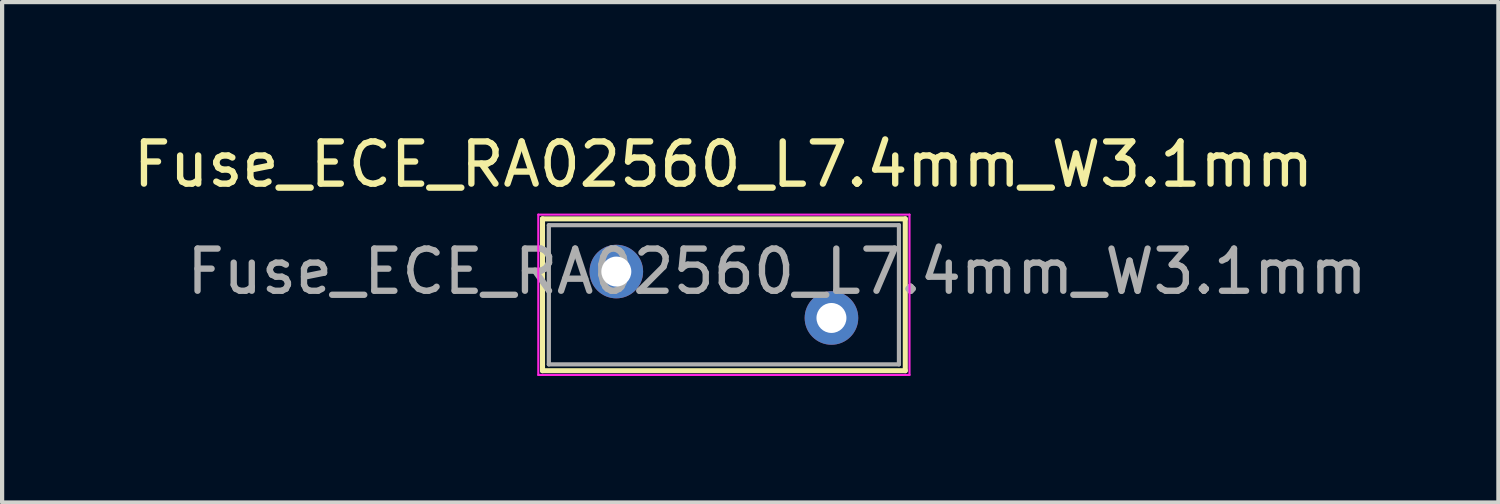
<source format=kicad_pcb>
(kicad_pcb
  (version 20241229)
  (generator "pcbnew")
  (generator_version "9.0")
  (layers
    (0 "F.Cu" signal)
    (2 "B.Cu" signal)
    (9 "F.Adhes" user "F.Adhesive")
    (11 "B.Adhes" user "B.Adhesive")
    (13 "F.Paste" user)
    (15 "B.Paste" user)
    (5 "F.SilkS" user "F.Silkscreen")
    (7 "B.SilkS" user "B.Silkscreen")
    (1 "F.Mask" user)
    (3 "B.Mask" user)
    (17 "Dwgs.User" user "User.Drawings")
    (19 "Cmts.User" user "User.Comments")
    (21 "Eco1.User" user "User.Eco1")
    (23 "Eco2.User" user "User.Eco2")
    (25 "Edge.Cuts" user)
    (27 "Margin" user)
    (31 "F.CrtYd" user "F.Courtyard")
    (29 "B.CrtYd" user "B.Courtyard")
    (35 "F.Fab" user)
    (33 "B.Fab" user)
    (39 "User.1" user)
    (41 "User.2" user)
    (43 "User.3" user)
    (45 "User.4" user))
  (footprint "Fuse_ECE_RA02560_L7.4mm_W3.1mm"
    (layer "F.Cu")
    (at 11.561 3.388)
    (property "Reference" "Fuse_ECE_RA02560_L7.4mm_W3.1mm" (at 2.54 -2.54 0) (layer "F.SilkS") (effects (font (size 1 1) (thickness 0.15))))
    (attr through_hole)
    (fp_line (start -1.75 -1.25) (end -1.75 2.35) (stroke (width 0.12) (type solid)) (layer "F.SilkS"))
    (fp_line (start -1.75 -1.25) (end 6.85 -1.25) (stroke (width 0.12) (type solid)) (layer "F.SilkS"))
    (fp_line (start -1.75 2.35) (end 6.85 2.35) (stroke (width 0.12) (type solid)) (layer "F.SilkS"))
    (fp_line (start 6.85 -1.25) (end 6.85 2.35) (stroke (width 0.12) (type solid)) (layer "F.SilkS"))
    (fp_line (start -1.85 -1.35) (end -1.85 2.45) (stroke (width 0.05) (type solid)) (layer "F.CrtYd"))
    (fp_line (start -1.85 -1.35) (end 6.95 -1.35) (stroke (width 0.05) (type solid)) (layer "F.CrtYd"))
    (fp_line (start -1.85 2.45) (end 6.95 2.45) (stroke (width 0.05) (type solid)) (layer "F.CrtYd"))
    (fp_line (start 6.95 -1.35) (end 6.95 2.45) (stroke (width 0.05) (type solid)) (layer "F.CrtYd"))
    (fp_line (start -1.6 -1.1) (end -1.6 2.2) (stroke (width 0.1) (type solid)) (layer "F.Fab"))
    (fp_line (start -1.6 -1.1) (end 6.7 -1.1) (stroke (width 0.1) (type solid)) (layer "F.Fab"))
    (fp_line (start -1.6 2.2) (end 6.7 2.2) (stroke (width 0.1) (type solid)) (layer "F.Fab"))
    (fp_line (start 6.7 -1.1) (end 6.7 2.2) (stroke (width 0.1) (type solid)) (layer "F.Fab"))
    (fp_text user "${REFERENCE}" (at 3.81 0 0) (layer "F.Fab") (effects (font (size 1 1) (thickness 0.15))))
    (pad "1" thru_hole circle (at 0 0) (size 1.27 1.27) (drill 0.71) (layers "*.Cu" "*.Mask"))
    (pad "2" thru_hole circle (at 5.1 1.1) (size 1.27 1.27) (drill 0.71) (layers "*.Cu" "*.Mask")))
  (gr_rect
    (start -3 -3)
    (end 32.472 8.863)
    (stroke (width 0.1) (type default))
    (fill no)
    (layer "Edge.Cuts")))
</source>
